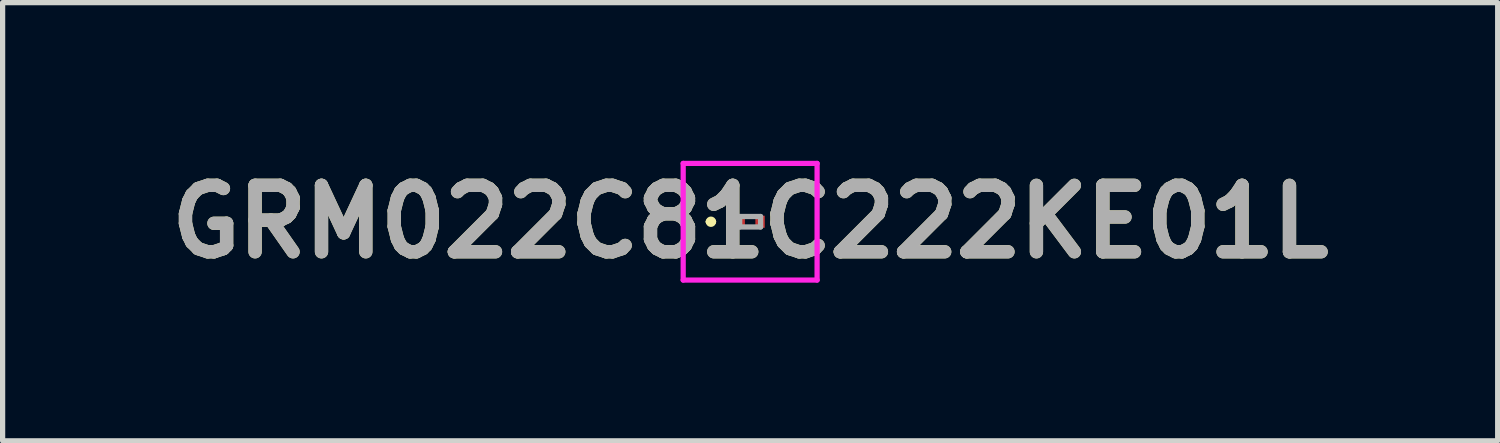
<source format=kicad_pcb>
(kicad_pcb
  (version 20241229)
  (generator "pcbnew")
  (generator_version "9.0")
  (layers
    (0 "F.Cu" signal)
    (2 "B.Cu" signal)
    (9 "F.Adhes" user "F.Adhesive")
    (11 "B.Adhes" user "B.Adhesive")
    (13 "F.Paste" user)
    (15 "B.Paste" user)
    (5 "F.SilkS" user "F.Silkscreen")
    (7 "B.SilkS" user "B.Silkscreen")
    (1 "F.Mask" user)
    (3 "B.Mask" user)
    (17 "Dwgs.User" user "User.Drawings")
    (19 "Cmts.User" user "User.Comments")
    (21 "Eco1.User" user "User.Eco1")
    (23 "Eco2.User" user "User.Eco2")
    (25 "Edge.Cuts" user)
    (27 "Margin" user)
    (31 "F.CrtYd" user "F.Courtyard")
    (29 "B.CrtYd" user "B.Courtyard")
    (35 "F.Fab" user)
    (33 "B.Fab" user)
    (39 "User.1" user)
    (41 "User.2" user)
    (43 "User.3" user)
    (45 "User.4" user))
  (footprint "GRM022C81C222KE01L"
    (layer "F.Cu")
    (at 11.291 1.189)
    (property "Reference" "GRM022C81C222KE01L" (at 0 0 0) (layer "F.SilkS") (effects (font (size 1.27 1.27) (thickness 0.254))))
    (attr smd)
    (fp_line (start -0.8 0) (end -0.8 0) (stroke (width 0.1) (type solid)) (layer "F.SilkS"))
    (fp_line (start -0.7 0) (end -0.7 0) (stroke (width 0.1) (type solid)) (layer "F.SilkS"))
    (fp_arc (start -0.8 0) (mid -0.75 -0.05) (end -0.7 0) (stroke (width 0.1) (type solid)) (layer "F.SilkS"))
    (fp_arc (start -0.7 0) (mid -0.75 0.05) (end -0.8 0) (stroke (width 0.1) (type solid)) (layer "F.SilkS"))
    (fp_line (start -1.28 -1.115) (end 1.28 -1.115) (stroke (width 0.1) (type solid)) (layer "F.CrtYd"))
    (fp_line (start -1.28 1.115) (end -1.28 -1.115) (stroke (width 0.1) (type solid)) (layer "F.CrtYd"))
    (fp_line (start 1.28 -1.115) (end 1.28 1.115) (stroke (width 0.1) (type solid)) (layer "F.CrtYd"))
    (fp_line (start 1.28 1.115) (end -1.28 1.115) (stroke (width 0.1) (type solid)) (layer "F.CrtYd"))
    (fp_line (start -0.2 -0.1) (end -0.2 0.1) (stroke (width 0.1) (type solid)) (layer "F.Fab"))
    (fp_line (start -0.2 0.1) (end 0.2 0.1) (stroke (width 0.1) (type solid)) (layer "F.Fab"))
    (fp_line (start 0.2 -0.1) (end -0.2 -0.1) (stroke (width 0.1) (type solid)) (layer "F.Fab"))
    (fp_line (start 0.2 0.1) (end 0.2 -0.1) (stroke (width 0.1) (type solid)) (layer "F.Fab"))
    (fp_text user "${REFERENCE}" (at 0 0 0) (layer "F.Fab") (effects (font (size 1.27 1.27) (thickness 0.254))))
    (pad "1" smd rect (at -0.19 0) (size 0.18 0.23) (layers "F.Cu" "F.Mask" "F.Paste"))
    (pad "2" smd rect (at 0.19 0) (size 0.18 0.23) (layers "F.Cu" "F.Mask" "F.Paste")))
  (gr_rect
    (start -3 -3)
    (end 25.582 5.377)
    (stroke (width 0.1) (type default))
    (fill no)
    (layer "Edge.Cuts")))
</source>
